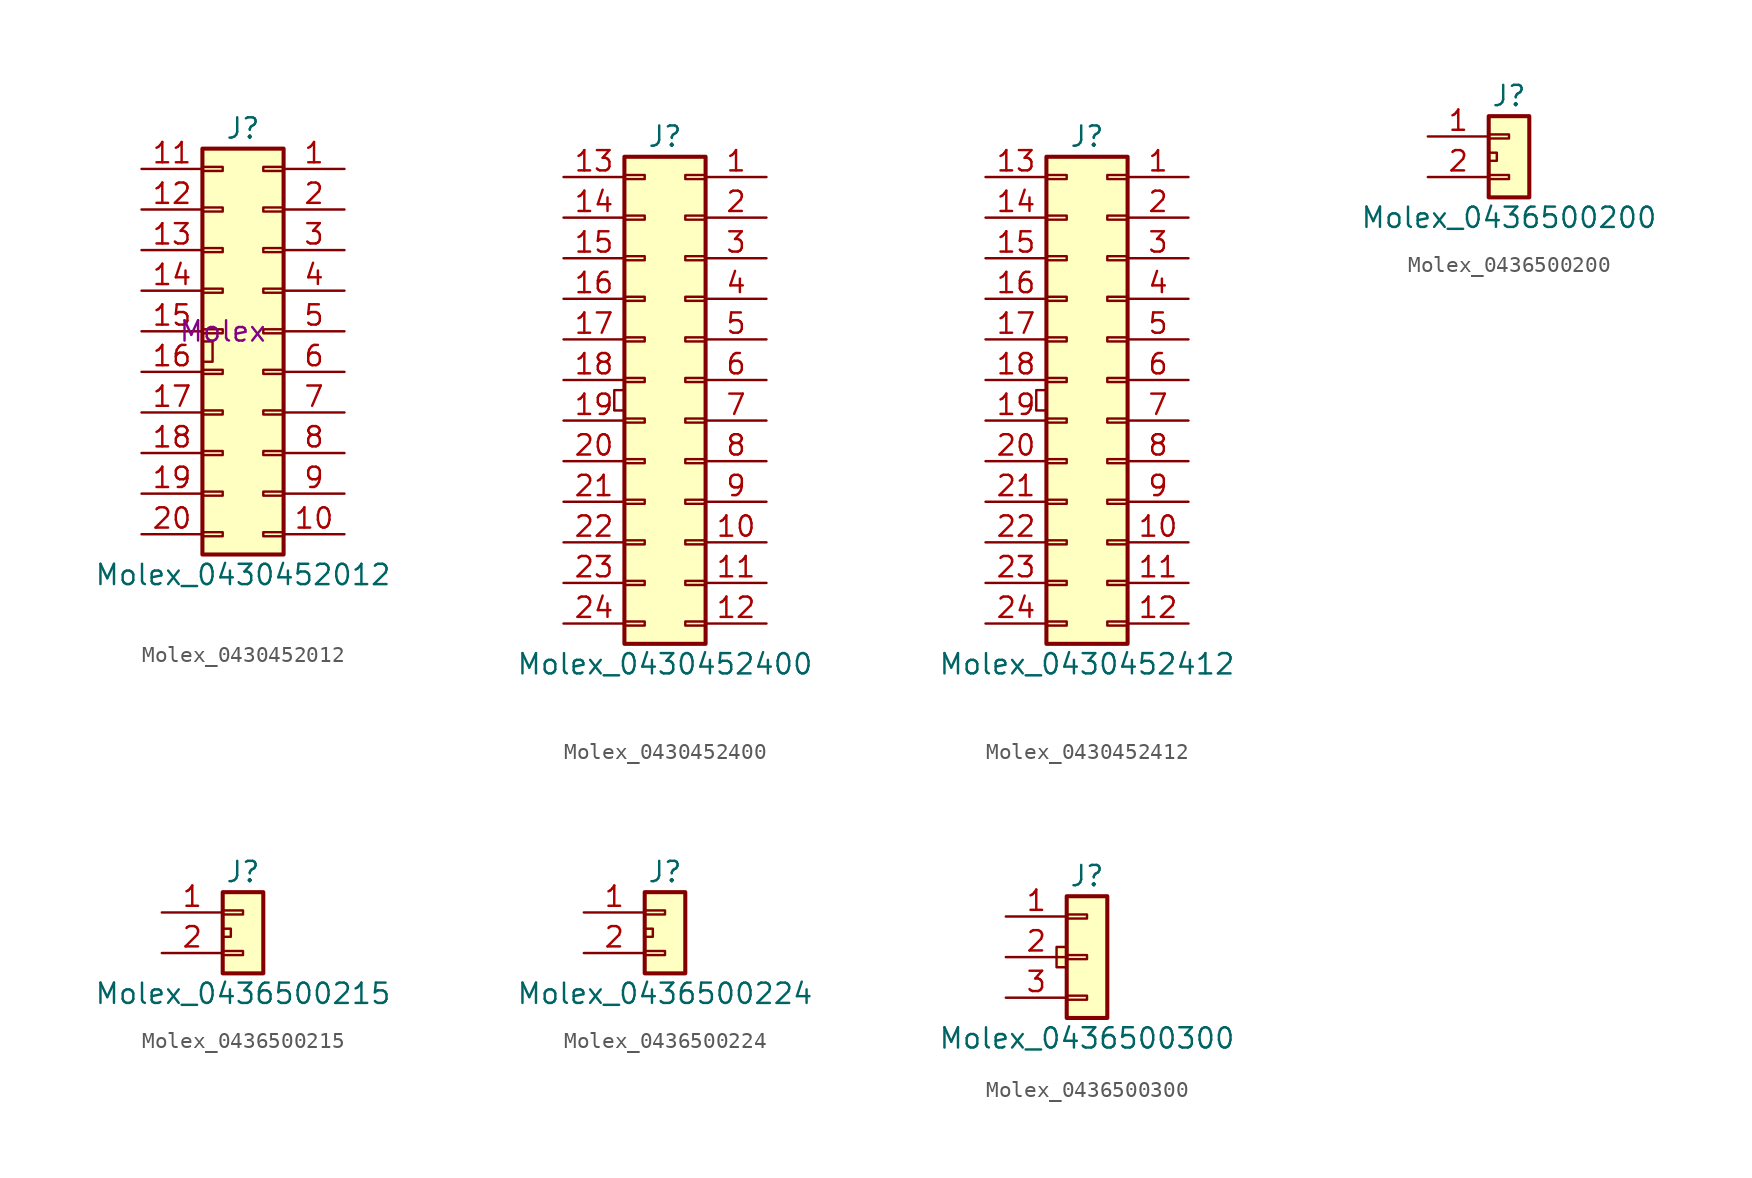
<source format=kicad_sym>
(kicad_symbol_lib
  (version 20231120)
  (generator "kicad_symbol_editor")
  (generator_version "8.0")
  (symbol "Molex_0430452012"
    (pin_names
      (offset 1.016) hide)
    (property "Reference" "J"
      (at 1.27 12.7 0)
      (effects (font (size 1.27 1.27))))
    (property "Value" "Molex_0430452012"
      (at 1.27 -15.24 0)
      (effects (font (size 1.27 1.27))))
    (property "MFR" "Molex"
      (at 0 0 0)
      (effects (font (size 1.27 1.27))))
    (symbol "Molex_0430452012_0_1"
      (rectangle (start -1.27 -0.635) (end -0.635 -1.905) (stroke (width 0) (type default)) (fill (type none))))
    (symbol "Molex_0430452012_1_1"
      (rectangle (start -1.27 -13.97) (end 3.81 11.43) (stroke (width 0.254) (type default)) (fill (type background)))
      (rectangle (start 0 -12.827) (end -1.27 -12.573) (stroke (width 0.152) (type default)) (fill (type none)))
      (rectangle (start 0 -10.287) (end -1.27 -10.033) (stroke (width 0.152) (type default)) (fill (type none)))
      (rectangle (start 0 -7.747) (end -1.27 -7.493) (stroke (width 0.152) (type default)) (fill (type none)))
      (rectangle (start 0 -5.207) (end -1.27 -4.953) (stroke (width 0.152) (type default)) (fill (type none)))
      (rectangle (start 0 -2.667) (end -1.27 -2.413) (stroke (width 0.152) (type default)) (fill (type none)))
      (rectangle (start 0 -0.127) (end -1.27 0.127) (stroke (width 0.152) (type default)) (fill (type none)))
      (rectangle (start 0 2.413) (end -1.27 2.667) (stroke (width 0.152) (type default)) (fill (type none)))
      (rectangle (start 0 4.953) (end -1.27 5.207) (stroke (width 0.152) (type default)) (fill (type none)))
      (rectangle (start 0 7.493) (end -1.27 7.747) (stroke (width 0.152) (type default)) (fill (type none)))
      (rectangle (start 0 10.033) (end -1.27 10.287) (stroke (width 0.152) (type default)) (fill (type none)))
      (rectangle (start 2.54 -12.827) (end 3.81 -12.573) (stroke (width 0.152) (type default)) (fill (type none)))
      (rectangle (start 2.54 -10.287) (end 3.81 -10.033) (stroke (width 0.152) (type default)) (fill (type none)))
      (rectangle (start 2.54 -7.747) (end 3.81 -7.493) (stroke (width 0.152) (type default)) (fill (type none)))
      (rectangle (start 2.54 -5.207) (end 3.81 -4.953) (stroke (width 0.152) (type default)) (fill (type none)))
      (rectangle (start 2.54 -2.667) (end 3.81 -2.413) (stroke (width 0.152) (type default)) (fill (type none)))
      (rectangle (start 2.54 -0.127) (end 3.81 0.127) (stroke (width 0.152) (type default)) (fill (type none)))
      (rectangle (start 2.54 2.413) (end 3.81 2.667) (stroke (width 0.152) (type default)) (fill (type none)))
      (rectangle (start 2.54 4.953) (end 3.81 5.207) (stroke (width 0.152) (type default)) (fill (type none)))
      (rectangle (start 2.54 7.493) (end 3.81 7.747) (stroke (width 0.152) (type default)) (fill (type none)))
      (rectangle (start 2.54 10.033) (end 3.81 10.287) (stroke (width 0.152) (type default)) (fill (type none)))
      (pin passive line (at 7.62 10.16 180) (length 3.81) (name "Pin_1" (effects (font (size 1.27 1.27)))) (number "1" (effects (font (size 1.27 1.27)))))
      (pin passive line (at 7.62 -12.7 180) (length 3.81) (name "Pin_10" (effects (font (size 1.27 1.27)))) (number "10" (effects (font (size 1.27 1.27)))))
      (pin passive line (at -5.08 10.16 0) (length 3.81) (name "Pin_11" (effects (font (size 1.27 1.27)))) (number "11" (effects (font (size 1.27 1.27)))))
      (pin passive line (at -5.08 7.62 0) (length 3.81) (name "Pin_12" (effects (font (size 1.27 1.27)))) (number "12" (effects (font (size 1.27 1.27)))))
      (pin passive line (at -5.08 5.08 0) (length 3.81) (name "Pin_13" (effects (font (size 1.27 1.27)))) (number "13" (effects (font (size 1.27 1.27)))))
      (pin passive line (at -5.08 2.54 0) (length 3.81) (name "Pin_14" (effects (font (size 1.27 1.27)))) (number "14" (effects (font (size 1.27 1.27)))))
      (pin passive line (at -5.08 0 0) (length 3.81) (name "Pin_15" (effects (font (size 1.27 1.27)))) (number "15" (effects (font (size 1.27 1.27)))))
      (pin passive line (at -5.08 -2.54 0) (length 3.81) (name "Pin_16" (effects (font (size 1.27 1.27)))) (number "16" (effects (font (size 1.27 1.27)))))
      (pin passive line (at -5.08 -5.08 0) (length 3.81) (name "Pin_17" (effects (font (size 1.27 1.27)))) (number "17" (effects (font (size 1.27 1.27)))))
      (pin passive line (at -5.08 -7.62 0) (length 3.81) (name "Pin_18" (effects (font (size 1.27 1.27)))) (number "18" (effects (font (size 1.27 1.27)))))
      (pin passive line (at -5.08 -10.16 0) (length 3.81) (name "Pin_19" (effects (font (size 1.27 1.27)))) (number "19" (effects (font (size 1.27 1.27)))))
      (pin passive line (at 7.62 7.62 180) (length 3.81) (name "Pin_2" (effects (font (size 1.27 1.27)))) (number "2" (effects (font (size 1.27 1.27)))))
      (pin passive line (at -5.08 -12.7 0) (length 3.81) (name "Pin_20" (effects (font (size 1.27 1.27)))) (number "20" (effects (font (size 1.27 1.27)))))
      (pin passive line (at 7.62 5.08 180) (length 3.81) (name "Pin_3" (effects (font (size 1.27 1.27)))) (number "3" (effects (font (size 1.27 1.27)))))
      (pin passive line (at 7.62 2.54 180) (length 3.81) (name "Pin_4" (effects (font (size 1.27 1.27)))) (number "4" (effects (font (size 1.27 1.27)))))
      (pin passive line (at 7.62 0 180) (length 3.81) (name "Pin_5" (effects (font (size 1.27 1.27)))) (number "5" (effects (font (size 1.27 1.27)))))
      (pin passive line (at 7.62 -2.54 180) (length 3.81) (name "Pin_6" (effects (font (size 1.27 1.27)))) (number "6" (effects (font (size 1.27 1.27)))))
      (pin passive line (at 7.62 -5.08 180) (length 3.81) (name "Pin_7" (effects (font (size 1.27 1.27)))) (number "7" (effects (font (size 1.27 1.27)))))
      (pin passive line (at 7.62 -7.62 180) (length 3.81) (name "Pin_8" (effects (font (size 1.27 1.27)))) (number "8" (effects (font (size 1.27 1.27)))))
      (pin passive line (at 7.62 -10.16 180) (length 3.81) (name "Pin_9" (effects (font (size 1.27 1.27)))) (number "9" (effects (font (size 1.27 1.27)))))))
  (symbol "Molex_0430452400"
    (pin_names
      (offset 1.016) hide)
    (property "Reference" "J"
      (at 1.27 15.24 0)
      (effects (font (size 1.27 1.27))))
    (property "Value" "Molex_0430452400"
      (at 1.27 -17.78 0)
      (effects (font (size 1.27 1.27))))
    (symbol "Molex_0430452400_0_1"
      (rectangle (start -1.27 -0.635) (end -1.905 -1.905) (stroke (width 0) (type default)) (fill (type none))))
    (symbol "Molex_0430452400_1_1"
      (rectangle (start -1.27 -16.51) (end 3.81 13.97) (stroke (width 0.254) (type default)) (fill (type background)))
      (rectangle (start 0 -15.367) (end -1.27 -15.113) (stroke (width 0.152) (type default)) (fill (type none)))
      (rectangle (start 0 -12.827) (end -1.27 -12.573) (stroke (width 0.152) (type default)) (fill (type none)))
      (rectangle (start 0 -10.287) (end -1.27 -10.033) (stroke (width 0.152) (type default)) (fill (type none)))
      (rectangle (start 0 -7.747) (end -1.27 -7.493) (stroke (width 0.152) (type default)) (fill (type none)))
      (rectangle (start 0 -5.207) (end -1.27 -4.953) (stroke (width 0.152) (type default)) (fill (type none)))
      (rectangle (start 0 -2.667) (end -1.27 -2.413) (stroke (width 0.152) (type default)) (fill (type none)))
      (rectangle (start 0 -0.127) (end -1.27 0.127) (stroke (width 0.152) (type default)) (fill (type none)))
      (rectangle (start 0 2.413) (end -1.27 2.667) (stroke (width 0.152) (type default)) (fill (type none)))
      (rectangle (start 0 4.953) (end -1.27 5.207) (stroke (width 0.152) (type default)) (fill (type none)))
      (rectangle (start 0 7.493) (end -1.27 7.747) (stroke (width 0.152) (type default)) (fill (type none)))
      (rectangle (start 0 10.033) (end -1.27 10.287) (stroke (width 0.152) (type default)) (fill (type none)))
      (rectangle (start 0 12.573) (end -1.27 12.827) (stroke (width 0.152) (type default)) (fill (type none)))
      (rectangle (start 2.54 -15.367) (end 3.81 -15.113) (stroke (width 0.152) (type default)) (fill (type none)))
      (rectangle (start 2.54 -12.827) (end 3.81 -12.573) (stroke (width 0.152) (type default)) (fill (type none)))
      (rectangle (start 2.54 -10.287) (end 3.81 -10.033) (stroke (width 0.152) (type default)) (fill (type none)))
      (rectangle (start 2.54 -7.747) (end 3.81 -7.493) (stroke (width 0.152) (type default)) (fill (type none)))
      (rectangle (start 2.54 -5.207) (end 3.81 -4.953) (stroke (width 0.152) (type default)) (fill (type none)))
      (rectangle (start 2.54 -2.667) (end 3.81 -2.413) (stroke (width 0.152) (type default)) (fill (type none)))
      (rectangle (start 2.54 -0.127) (end 3.81 0.127) (stroke (width 0.152) (type default)) (fill (type none)))
      (rectangle (start 2.54 2.413) (end 3.81 2.667) (stroke (width 0.152) (type default)) (fill (type none)))
      (rectangle (start 2.54 4.953) (end 3.81 5.207) (stroke (width 0.152) (type default)) (fill (type none)))
      (rectangle (start 2.54 7.493) (end 3.81 7.747) (stroke (width 0.152) (type default)) (fill (type none)))
      (rectangle (start 2.54 10.033) (end 3.81 10.287) (stroke (width 0.152) (type default)) (fill (type none)))
      (rectangle (start 2.54 12.573) (end 3.81 12.827) (stroke (width 0.152) (type default)) (fill (type none)))
      (pin passive line (at 7.62 12.7 180) (length 3.81) (name "Pin_1" (effects (font (size 1.27 1.27)))) (number "1" (effects (font (size 1.27 1.27)))))
      (pin passive line (at 7.62 -10.16 180) (length 3.81) (name "Pin_10" (effects (font (size 1.27 1.27)))) (number "10" (effects (font (size 1.27 1.27)))))
      (pin passive line (at 7.62 -12.7 180) (length 3.81) (name "Pin_11" (effects (font (size 1.27 1.27)))) (number "11" (effects (font (size 1.27 1.27)))))
      (pin passive line (at 7.62 -15.24 180) (length 3.81) (name "Pin_12" (effects (font (size 1.27 1.27)))) (number "12" (effects (font (size 1.27 1.27)))))
      (pin passive line (at -5.08 12.7 0) (length 3.81) (name "Pin_13" (effects (font (size 1.27 1.27)))) (number "13" (effects (font (size 1.27 1.27)))))
      (pin passive line (at -5.08 10.16 0) (length 3.81) (name "Pin_14" (effects (font (size 1.27 1.27)))) (number "14" (effects (font (size 1.27 1.27)))))
      (pin passive line (at -5.08 7.62 0) (length 3.81) (name "Pin_15" (effects (font (size 1.27 1.27)))) (number "15" (effects (font (size 1.27 1.27)))))
      (pin passive line (at -5.08 5.08 0) (length 3.81) (name "Pin_16" (effects (font (size 1.27 1.27)))) (number "16" (effects (font (size 1.27 1.27)))))
      (pin passive line (at -5.08 2.54 0) (length 3.81) (name "Pin_17" (effects (font (size 1.27 1.27)))) (number "17" (effects (font (size 1.27 1.27)))))
      (pin passive line (at -5.08 0 0) (length 3.81) (name "Pin_18" (effects (font (size 1.27 1.27)))) (number "18" (effects (font (size 1.27 1.27)))))
      (pin passive line (at -5.08 -2.54 0) (length 3.81) (name "Pin_19" (effects (font (size 1.27 1.27)))) (number "19" (effects (font (size 1.27 1.27)))))
      (pin passive line (at 7.62 10.16 180) (length 3.81) (name "Pin_2" (effects (font (size 1.27 1.27)))) (number "2" (effects (font (size 1.27 1.27)))))
      (pin passive line (at -5.08 -5.08 0) (length 3.81) (name "Pin_20" (effects (font (size 1.27 1.27)))) (number "20" (effects (font (size 1.27 1.27)))))
      (pin passive line (at -5.08 -7.62 0) (length 3.81) (name "Pin_21" (effects (font (size 1.27 1.27)))) (number "21" (effects (font (size 1.27 1.27)))))
      (pin passive line (at -5.08 -10.16 0) (length 3.81) (name "Pin_22" (effects (font (size 1.27 1.27)))) (number "22" (effects (font (size 1.27 1.27)))))
      (pin passive line (at -5.08 -12.7 0) (length 3.81) (name "Pin_23" (effects (font (size 1.27 1.27)))) (number "23" (effects (font (size 1.27 1.27)))))
      (pin passive line (at -5.08 -15.24 0) (length 3.81) (name "Pin_24" (effects (font (size 1.27 1.27)))) (number "24" (effects (font (size 1.27 1.27)))))
      (pin passive line (at 7.62 7.62 180) (length 3.81) (name "Pin_3" (effects (font (size 1.27 1.27)))) (number "3" (effects (font (size 1.27 1.27)))))
      (pin passive line (at 7.62 5.08 180) (length 3.81) (name "Pin_4" (effects (font (size 1.27 1.27)))) (number "4" (effects (font (size 1.27 1.27)))))
      (pin passive line (at 7.62 2.54 180) (length 3.81) (name "Pin_5" (effects (font (size 1.27 1.27)))) (number "5" (effects (font (size 1.27 1.27)))))
      (pin passive line (at 7.62 0 180) (length 3.81) (name "Pin_6" (effects (font (size 1.27 1.27)))) (number "6" (effects (font (size 1.27 1.27)))))
      (pin passive line (at 7.62 -2.54 180) (length 3.81) (name "Pin_7" (effects (font (size 1.27 1.27)))) (number "7" (effects (font (size 1.27 1.27)))))
      (pin passive line (at 7.62 -5.08 180) (length 3.81) (name "Pin_8" (effects (font (size 1.27 1.27)))) (number "8" (effects (font (size 1.27 1.27)))))
      (pin passive line (at 7.62 -7.62 180) (length 3.81) (name "Pin_9" (effects (font (size 1.27 1.27)))) (number "9" (effects (font (size 1.27 1.27)))))))
  (symbol "Molex_0430452412"
    (pin_names
      (offset 1.016) hide)
    (property "Reference" "J"
      (at 1.27 15.24 0)
      (effects (font (size 1.27 1.27))))
    (property "Value" "Molex_0430452412"
      (at 1.27 -17.78 0)
      (effects (font (size 1.27 1.27))))
    (symbol "Molex_0430452412_0_1"
      (rectangle (start -1.27 -0.635) (end -1.905 -1.905) (stroke (width 0) (type default)) (fill (type none))))
    (symbol "Molex_0430452412_1_1"
      (rectangle (start -1.27 -16.51) (end 3.81 13.97) (stroke (width 0.254) (type default)) (fill (type background)))
      (rectangle (start 0 -15.367) (end -1.27 -15.113) (stroke (width 0.152) (type default)) (fill (type none)))
      (rectangle (start 0 -12.827) (end -1.27 -12.573) (stroke (width 0.152) (type default)) (fill (type none)))
      (rectangle (start 0 -10.287) (end -1.27 -10.033) (stroke (width 0.152) (type default)) (fill (type none)))
      (rectangle (start 0 -7.747) (end -1.27 -7.493) (stroke (width 0.152) (type default)) (fill (type none)))
      (rectangle (start 0 -5.207) (end -1.27 -4.953) (stroke (width 0.152) (type default)) (fill (type none)))
      (rectangle (start 0 -2.667) (end -1.27 -2.413) (stroke (width 0.152) (type default)) (fill (type none)))
      (rectangle (start 0 -0.127) (end -1.27 0.127) (stroke (width 0.152) (type default)) (fill (type none)))
      (rectangle (start 0 2.413) (end -1.27 2.667) (stroke (width 0.152) (type default)) (fill (type none)))
      (rectangle (start 0 4.953) (end -1.27 5.207) (stroke (width 0.152) (type default)) (fill (type none)))
      (rectangle (start 0 7.493) (end -1.27 7.747) (stroke (width 0.152) (type default)) (fill (type none)))
      (rectangle (start 0 10.033) (end -1.27 10.287) (stroke (width 0.152) (type default)) (fill (type none)))
      (rectangle (start 0 12.573) (end -1.27 12.827) (stroke (width 0.152) (type default)) (fill (type none)))
      (rectangle (start 2.54 -15.367) (end 3.81 -15.113) (stroke (width 0.152) (type default)) (fill (type none)))
      (rectangle (start 2.54 -12.827) (end 3.81 -12.573) (stroke (width 0.152) (type default)) (fill (type none)))
      (rectangle (start 2.54 -10.287) (end 3.81 -10.033) (stroke (width 0.152) (type default)) (fill (type none)))
      (rectangle (start 2.54 -7.747) (end 3.81 -7.493) (stroke (width 0.152) (type default)) (fill (type none)))
      (rectangle (start 2.54 -5.207) (end 3.81 -4.953) (stroke (width 0.152) (type default)) (fill (type none)))
      (rectangle (start 2.54 -2.667) (end 3.81 -2.413) (stroke (width 0.152) (type default)) (fill (type none)))
      (rectangle (start 2.54 -0.127) (end 3.81 0.127) (stroke (width 0.152) (type default)) (fill (type none)))
      (rectangle (start 2.54 2.413) (end 3.81 2.667) (stroke (width 0.152) (type default)) (fill (type none)))
      (rectangle (start 2.54 4.953) (end 3.81 5.207) (stroke (width 0.152) (type default)) (fill (type none)))
      (rectangle (start 2.54 7.493) (end 3.81 7.747) (stroke (width 0.152) (type default)) (fill (type none)))
      (rectangle (start 2.54 10.033) (end 3.81 10.287) (stroke (width 0.152) (type default)) (fill (type none)))
      (rectangle (start 2.54 12.573) (end 3.81 12.827) (stroke (width 0.152) (type default)) (fill (type none)))
      (pin passive line (at 7.62 12.7 180) (length 3.81) (name "Pin_1" (effects (font (size 1.27 1.27)))) (number "1" (effects (font (size 1.27 1.27)))))
      (pin passive line (at 7.62 -10.16 180) (length 3.81) (name "Pin_10" (effects (font (size 1.27 1.27)))) (number "10" (effects (font (size 1.27 1.27)))))
      (pin passive line (at 7.62 -12.7 180) (length 3.81) (name "Pin_11" (effects (font (size 1.27 1.27)))) (number "11" (effects (font (size 1.27 1.27)))))
      (pin passive line (at 7.62 -15.24 180) (length 3.81) (name "Pin_12" (effects (font (size 1.27 1.27)))) (number "12" (effects (font (size 1.27 1.27)))))
      (pin passive line (at -5.08 12.7 0) (length 3.81) (name "Pin_13" (effects (font (size 1.27 1.27)))) (number "13" (effects (font (size 1.27 1.27)))))
      (pin passive line (at -5.08 10.16 0) (length 3.81) (name "Pin_14" (effects (font (size 1.27 1.27)))) (number "14" (effects (font (size 1.27 1.27)))))
      (pin passive line (at -5.08 7.62 0) (length 3.81) (name "Pin_15" (effects (font (size 1.27 1.27)))) (number "15" (effects (font (size 1.27 1.27)))))
      (pin passive line (at -5.08 5.08 0) (length 3.81) (name "Pin_16" (effects (font (size 1.27 1.27)))) (number "16" (effects (font (size 1.27 1.27)))))
      (pin passive line (at -5.08 2.54 0) (length 3.81) (name "Pin_17" (effects (font (size 1.27 1.27)))) (number "17" (effects (font (size 1.27 1.27)))))
      (pin passive line (at -5.08 0 0) (length 3.81) (name "Pin_18" (effects (font (size 1.27 1.27)))) (number "18" (effects (font (size 1.27 1.27)))))
      (pin passive line (at -5.08 -2.54 0) (length 3.81) (name "Pin_19" (effects (font (size 1.27 1.27)))) (number "19" (effects (font (size 1.27 1.27)))))
      (pin passive line (at 7.62 10.16 180) (length 3.81) (name "Pin_2" (effects (font (size 1.27 1.27)))) (number "2" (effects (font (size 1.27 1.27)))))
      (pin passive line (at -5.08 -5.08 0) (length 3.81) (name "Pin_20" (effects (font (size 1.27 1.27)))) (number "20" (effects (font (size 1.27 1.27)))))
      (pin passive line (at -5.08 -7.62 0) (length 3.81) (name "Pin_21" (effects (font (size 1.27 1.27)))) (number "21" (effects (font (size 1.27 1.27)))))
      (pin passive line (at -5.08 -10.16 0) (length 3.81) (name "Pin_22" (effects (font (size 1.27 1.27)))) (number "22" (effects (font (size 1.27 1.27)))))
      (pin passive line (at -5.08 -12.7 0) (length 3.81) (name "Pin_23" (effects (font (size 1.27 1.27)))) (number "23" (effects (font (size 1.27 1.27)))))
      (pin passive line (at -5.08 -15.24 0) (length 3.81) (name "Pin_24" (effects (font (size 1.27 1.27)))) (number "24" (effects (font (size 1.27 1.27)))))
      (pin passive line (at 7.62 7.62 180) (length 3.81) (name "Pin_3" (effects (font (size 1.27 1.27)))) (number "3" (effects (font (size 1.27 1.27)))))
      (pin passive line (at 7.62 5.08 180) (length 3.81) (name "Pin_4" (effects (font (size 1.27 1.27)))) (number "4" (effects (font (size 1.27 1.27)))))
      (pin passive line (at 7.62 2.54 180) (length 3.81) (name "Pin_5" (effects (font (size 1.27 1.27)))) (number "5" (effects (font (size 1.27 1.27)))))
      (pin passive line (at 7.62 0 180) (length 3.81) (name "Pin_6" (effects (font (size 1.27 1.27)))) (number "6" (effects (font (size 1.27 1.27)))))
      (pin passive line (at 7.62 -2.54 180) (length 3.81) (name "Pin_7" (effects (font (size 1.27 1.27)))) (number "7" (effects (font (size 1.27 1.27)))))
      (pin passive line (at 7.62 -5.08 180) (length 3.81) (name "Pin_8" (effects (font (size 1.27 1.27)))) (number "8" (effects (font (size 1.27 1.27)))))
      (pin passive line (at 7.62 -7.62 180) (length 3.81) (name "Pin_9" (effects (font (size 1.27 1.27)))) (number "9" (effects (font (size 1.27 1.27)))))))
  (symbol "Molex_0436500200"
    (pin_names
      (offset 1.016) hide)
    (property "Reference" "J"
      (at 0 2.54 0)
      (effects (font (size 1.27 1.27))))
    (property "Value" "Molex_0436500200"
      (at 0 -5.08 0)
      (effects (font (size 1.27 1.27))))
    (symbol "Molex_0436500200_0_1"
      (rectangle (start -1.27 -1.016) (end -0.762 -1.524) (stroke (width 0) (type default)) (fill (type none))))
    (symbol "Molex_0436500200_1_1"
      (rectangle (start -1.27 -2.413) (end 0 -2.667) (stroke (width 0.152) (type default)) (fill (type none)))
      (rectangle (start -1.27 0.127) (end 0 -0.127) (stroke (width 0.152) (type default)) (fill (type none)))
      (rectangle (start -1.27 1.27) (end 1.27 -3.81) (stroke (width 0.254) (type default)) (fill (type background)))
      (pin passive line (at -5.08 0 0) (length 3.81) (name "Pin_1" (effects (font (size 1.27 1.27)))) (number "1" (effects (font (size 1.27 1.27)))))
      (pin passive line (at -5.08 -2.54 0) (length 3.81) (name "Pin_2" (effects (font (size 1.27 1.27)))) (number "2" (effects (font (size 1.27 1.27)))))))
  (symbol "Molex_0436500215"
    (pin_names
      (offset 1.016) hide)
    (property "Reference" "J"
      (at 0 2.54 0)
      (effects (font (size 1.27 1.27))))
    (property "Value" "Molex_0436500215"
      (at 0 -5.08 0)
      (effects (font (size 1.27 1.27))))
    (symbol "Molex_0436500215_0_1"
      (rectangle (start -1.27 -1.016) (end -0.762 -1.524) (stroke (width 0) (type default)) (fill (type none))))
    (symbol "Molex_0436500215_1_1"
      (rectangle (start -1.27 -2.413) (end 0 -2.667) (stroke (width 0.152) (type default)) (fill (type none)))
      (rectangle (start -1.27 0.127) (end 0 -0.127) (stroke (width 0.152) (type default)) (fill (type none)))
      (rectangle (start -1.27 1.27) (end 1.27 -3.81) (stroke (width 0.254) (type default)) (fill (type background)))
      (pin passive line (at -5.08 0 0) (length 3.81) (name "Pin_1" (effects (font (size 1.27 1.27)))) (number "1" (effects (font (size 1.27 1.27)))))
      (pin passive line (at -5.08 -2.54 0) (length 3.81) (name "Pin_2" (effects (font (size 1.27 1.27)))) (number "2" (effects (font (size 1.27 1.27)))))))
  (symbol "Molex_0436500224"
    (pin_names
      (offset 1.016) hide)
    (property "Reference" "J"
      (at 0 2.54 0)
      (effects (font (size 1.27 1.27))))
    (property "Value" "Molex_0436500224"
      (at 0 -5.08 0)
      (effects (font (size 1.27 1.27))))
    (symbol "Molex_0436500224_0_1"
      (rectangle (start -1.27 -1.016) (end -0.762 -1.524) (stroke (width 0) (type default)) (fill (type none))))
    (symbol "Molex_0436500224_1_1"
      (rectangle (start -1.27 -2.413) (end 0 -2.667) (stroke (width 0.152) (type default)) (fill (type none)))
      (rectangle (start -1.27 0.127) (end 0 -0.127) (stroke (width 0.152) (type default)) (fill (type none)))
      (rectangle (start -1.27 1.27) (end 1.27 -3.81) (stroke (width 0.254) (type default)) (fill (type background)))
      (pin passive line (at -5.08 0 0) (length 3.81) (name "Pin_1" (effects (font (size 1.27 1.27)))) (number "1" (effects (font (size 1.27 1.27)))))
      (pin passive line (at -5.08 -2.54 0) (length 3.81) (name "Pin_2" (effects (font (size 1.27 1.27)))) (number "2" (effects (font (size 1.27 1.27)))))))
  (symbol "Molex_0436500300"
    (pin_names
      (offset 1.016) hide)
    (property "Reference" "J"
      (at 0 5.08 0)
      (effects (font (size 1.27 1.27))))
    (property "Value" "Molex_0436500300"
      (at 0 -5.08 0)
      (effects (font (size 1.27 1.27))))
    (symbol "Molex_0436500300_0_1"
      (rectangle (start -1.27 0.635) (end -1.905 -0.635) (stroke (width 0) (type default)) (fill (type background))))
    (symbol "Molex_0436500300_1_1"
      (rectangle (start -1.27 -2.413) (end 0 -2.667) (stroke (width 0.152) (type default)) (fill (type none)))
      (rectangle (start -1.27 0.127) (end 0 -0.127) (stroke (width 0.152) (type default)) (fill (type none)))
      (rectangle (start -1.27 2.667) (end 0 2.413) (stroke (width 0.152) (type default)) (fill (type none)))
      (rectangle (start -1.27 3.81) (end 1.27 -3.81) (stroke (width 0.254) (type default)) (fill (type background)))
      (pin passive line (at -5.08 2.54 0) (length 3.81) (name "Pin_1" (effects (font (size 1.27 1.27)))) (number "1" (effects (font (size 1.27 1.27)))))
      (pin passive line (at -5.08 0 0) (length 3.81) (name "Pin_2" (effects (font (size 1.27 1.27)))) (number "2" (effects (font (size 1.27 1.27)))))
      (pin passive line (at -5.08 -2.54 0) (length 3.81) (name "Pin_3" (effects (font (size 1.27 1.27)))) (number "3" (effects (font (size 1.27 1.27))))))))
</source>
